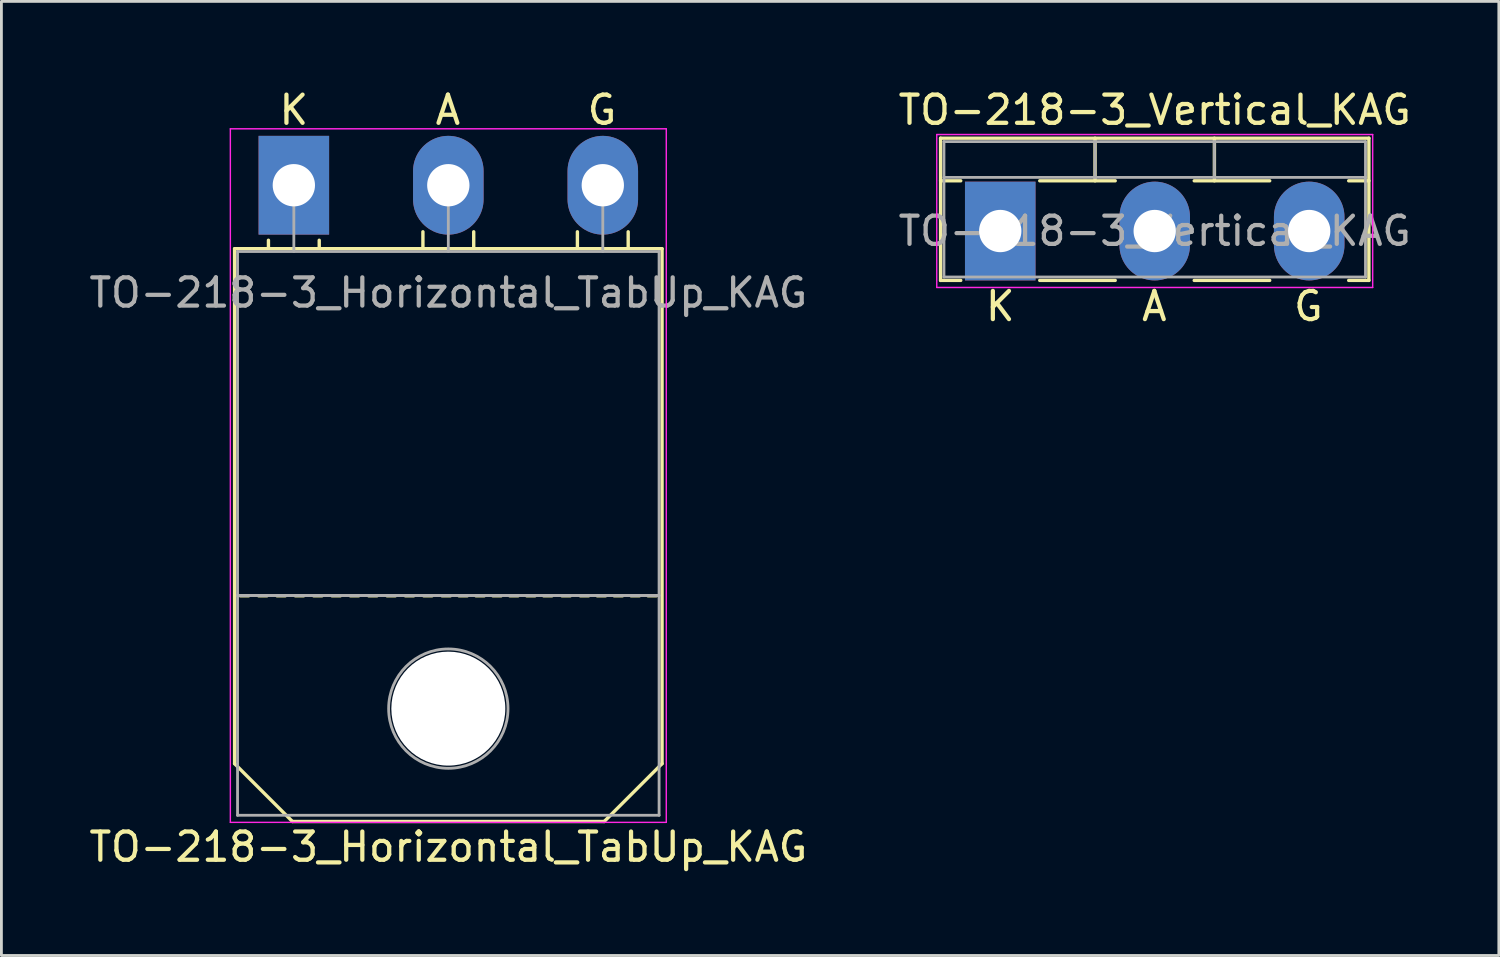
<source format=kicad_pcb>
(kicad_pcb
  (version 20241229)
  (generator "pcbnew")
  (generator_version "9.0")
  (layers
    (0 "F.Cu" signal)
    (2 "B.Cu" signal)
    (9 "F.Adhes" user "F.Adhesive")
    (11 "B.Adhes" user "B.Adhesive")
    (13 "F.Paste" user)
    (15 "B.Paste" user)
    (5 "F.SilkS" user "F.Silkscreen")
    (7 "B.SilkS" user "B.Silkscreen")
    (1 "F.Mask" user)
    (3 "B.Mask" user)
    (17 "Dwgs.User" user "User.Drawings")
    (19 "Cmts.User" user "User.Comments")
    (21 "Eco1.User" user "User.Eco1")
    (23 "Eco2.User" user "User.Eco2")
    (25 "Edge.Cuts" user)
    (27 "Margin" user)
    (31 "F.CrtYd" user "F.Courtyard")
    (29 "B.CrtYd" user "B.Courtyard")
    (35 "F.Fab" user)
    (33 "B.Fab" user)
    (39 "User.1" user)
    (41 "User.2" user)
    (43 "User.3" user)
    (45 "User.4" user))
  (footprint "TO-218-3_Vertical_KAG"
    (layer "F.Cu")
    (at 32.4 5.138)
    (property "Reference" "TO-218-3_Vertical_KAG" (at 5.475 -4.29 0) (layer "F.SilkS") (effects (font (size 1 1) (thickness 0.15))))
    (fp_line (start -2.115 -3.29) (end -2.115 1.75) (stroke (width 0.12) (type solid)) (layer "F.SilkS"))
    (fp_line (start -2.115 -3.29) (end 13.065 -3.29) (stroke (width 0.12) (type solid)) (layer "F.SilkS"))
    (fp_line (start -2.115 -1.78) (end -1.4 -1.78) (stroke (width 0.12) (type solid)) (layer "F.SilkS"))
    (fp_line (start -2.115 1.75) (end -1.4 1.75) (stroke (width 0.12) (type solid)) (layer "F.SilkS"))
    (fp_line (start 1.4 -1.78) (end 4.075 -1.78) (stroke (width 0.12) (type solid)) (layer "F.SilkS"))
    (fp_line (start 1.4 1.75) (end 4.075 1.75) (stroke (width 0.12) (type solid)) (layer "F.SilkS"))
    (fp_line (start 3.36 -3.29) (end 3.36 -1.78) (stroke (width 0.12) (type solid)) (layer "F.SilkS"))
    (fp_line (start 6.875 -1.78) (end 9.55 -1.78) (stroke (width 0.12) (type solid)) (layer "F.SilkS"))
    (fp_line (start 6.875 1.75) (end 9.55 1.75) (stroke (width 0.12) (type solid)) (layer "F.SilkS"))
    (fp_line (start 7.59 -3.29) (end 7.59 -1.78) (stroke (width 0.12) (type solid)) (layer "F.SilkS"))
    (fp_line (start 12.35 -1.78) (end 13.065 -1.78) (stroke (width 0.12) (type solid)) (layer "F.SilkS"))
    (fp_line (start 12.35 1.75) (end 13.065 1.75) (stroke (width 0.12) (type solid)) (layer "F.SilkS"))
    (fp_line (start 13.065 -3.29) (end 13.065 1.75) (stroke (width 0.12) (type solid)) (layer "F.SilkS"))
    (fp_line (start -2.25 -3.42) (end -2.25 2) (stroke (width 0.05) (type solid)) (layer "F.CrtYd"))
    (fp_line (start -2.25 2) (end 13.2 2) (stroke (width 0.05) (type solid)) (layer "F.CrtYd"))
    (fp_line (start 13.2 -3.42) (end -2.25 -3.42) (stroke (width 0.05) (type solid)) (layer "F.CrtYd"))
    (fp_line (start 13.2 2) (end 13.2 -3.42) (stroke (width 0.05) (type solid)) (layer "F.CrtYd"))
    (fp_line (start -1.995 -3.17) (end -1.995 1.63) (stroke (width 0.1) (type solid)) (layer "F.Fab"))
    (fp_line (start -1.995 -1.9) (end 12.945 -1.9) (stroke (width 0.1) (type solid)) (layer "F.Fab"))
    (fp_line (start -1.995 1.63) (end 12.945 1.63) (stroke (width 0.1) (type solid)) (layer "F.Fab"))
    (fp_line (start 3.36 -3.17) (end 3.36 -1.9) (stroke (width 0.1) (type solid)) (layer "F.Fab"))
    (fp_line (start 7.59 -3.17) (end 7.59 -1.9) (stroke (width 0.1) (type solid)) (layer "F.Fab"))
    (fp_line (start 12.945 -3.17) (end -1.995 -3.17) (stroke (width 0.1) (type solid)) (layer "F.Fab"))
    (fp_line (start 12.945 1.63) (end 12.945 -3.17) (stroke (width 0.1) (type solid)) (layer "F.Fab"))
    (fp_text user "K" (at 0 2.667 0) (unlocked yes) (layer "F.SilkS") (effects (font (size 1 1) (thickness 0.15))))
    (fp_text user "A" (at 5.461 2.667 0) (unlocked yes) (layer "F.SilkS") (effects (font (size 1 1) (thickness 0.15))))
    (fp_text user "G" (at 10.922 2.667 0) (unlocked yes) (layer "F.SilkS") (effects (font (size 1 1) (thickness 0.15))))
    (fp_text user "${REFERENCE}" (at 5.475 0 0) (layer "F.Fab") (effects (font (size 1 1) (thickness 0.15))))
    (pad "1" thru_hole rect (at 0 0) (size 2.5 3.5) (drill 1.5) (layers "*.Cu" "*.Mask"))
    (pad "2" thru_hole oval (at 5.475 0) (size 2.5 3.5) (drill 1.5) (layers "*.Cu" "*.Mask"))
    (pad "3" thru_hole oval (at 10.95 0) (size 2.5 3.5) (drill 1.5) (layers "*.Cu" "*.Mask")))
  (footprint "TO-218-3_Horizontal_TabUp_KAG"
    (layer "F.Cu")
    (at 7.364 3.515)
    (property "Reference" "TO-218-3_Horizontal_TabUp_KAG" (at 5.475 23.45 0) (layer "F.SilkS") (effects (font (size 1 1) (thickness 0.15))))
    (fp_line (start -2.1 2.25) (end 13.05 2.25) (stroke (width 0.12) (type solid)) (layer "F.SilkS"))
    (fp_line (start -2.1 20.5) (end -2.1 2.25) (stroke (width 0.12) (type solid)) (layer "F.SilkS"))
    (fp_line (start -2.1 20.5) (end -0.05 22.55) (stroke (width 0.12) (type solid)) (layer "F.SilkS"))
    (fp_line (start -1.6 14.55) (end -1.9 14.55) (stroke (width 0.12) (type solid)) (layer "F.SilkS"))
    (fp_line (start -0.95 14.55) (end -1.25 14.55) (stroke (width 0.12) (type solid)) (layer "F.SilkS"))
    (fp_line (start -0.9 2.2) (end -0.9 1.95) (stroke (width 0.12) (type solid)) (layer "F.SilkS"))
    (fp_line (start -0.3 14.55) (end -0.6 14.55) (stroke (width 0.12) (type solid)) (layer "F.SilkS"))
    (fp_line (start 0.35 14.55) (end 0.05 14.55) (stroke (width 0.12) (type solid)) (layer "F.SilkS"))
    (fp_line (start 0.9 2.2) (end 0.9 1.95) (stroke (width 0.12) (type solid)) (layer "F.SilkS"))
    (fp_line (start 1 14.55) (end 0.7 14.55) (stroke (width 0.12) (type solid)) (layer "F.SilkS"))
    (fp_line (start 1.65 14.55) (end 1.35 14.55) (stroke (width 0.12) (type solid)) (layer "F.SilkS"))
    (fp_line (start 2.3 14.55) (end 2 14.55) (stroke (width 0.12) (type solid)) (layer "F.SilkS"))
    (fp_line (start 2.95 14.55) (end 2.65 14.55) (stroke (width 0.12) (type solid)) (layer "F.SilkS"))
    (fp_line (start 3.6 14.55) (end 3.3 14.55) (stroke (width 0.12) (type solid)) (layer "F.SilkS"))
    (fp_line (start 4.25 14.55) (end 3.95 14.55) (stroke (width 0.12) (type solid)) (layer "F.SilkS"))
    (fp_line (start 4.575 2.2) (end 4.575 1.65) (stroke (width 0.12) (type solid)) (layer "F.SilkS"))
    (fp_line (start 4.9 14.55) (end 4.6 14.55) (stroke (width 0.12) (type solid)) (layer "F.SilkS"))
    (fp_line (start 5.55 14.55) (end 5.25 14.55) (stroke (width 0.12) (type solid)) (layer "F.SilkS"))
    (fp_line (start 6.15 14.55) (end 5.85 14.55) (stroke (width 0.12) (type solid)) (layer "F.SilkS"))
    (fp_line (start 6.375 2.2) (end 6.375 1.65) (stroke (width 0.12) (type solid)) (layer "F.SilkS"))
    (fp_line (start 6.75 14.55) (end 6.45 14.55) (stroke (width 0.12) (type solid)) (layer "F.SilkS"))
    (fp_line (start 7.35 14.55) (end 7.05 14.55) (stroke (width 0.12) (type solid)) (layer "F.SilkS"))
    (fp_line (start 7.95 14.55) (end 7.65 14.55) (stroke (width 0.12) (type solid)) (layer "F.SilkS"))
    (fp_line (start 8.55 14.55) (end 8.25 14.55) (stroke (width 0.12) (type solid)) (layer "F.SilkS"))
    (fp_line (start 9.15 14.55) (end 8.85 14.55) (stroke (width 0.12) (type solid)) (layer "F.SilkS"))
    (fp_line (start 9.8 14.55) (end 9.5 14.55) (stroke (width 0.12) (type solid)) (layer "F.SilkS"))
    (fp_line (start 10.05 2.2) (end 10.05 1.65) (stroke (width 0.12) (type solid)) (layer "F.SilkS"))
    (fp_line (start 10.45 14.55) (end 10.15 14.55) (stroke (width 0.12) (type solid)) (layer "F.SilkS"))
    (fp_line (start 11 22.55) (end -0.05 22.55) (stroke (width 0.12) (type solid)) (layer "F.SilkS"))
    (fp_line (start 11.05 14.55) (end 10.75 14.55) (stroke (width 0.12) (type solid)) (layer "F.SilkS"))
    (fp_line (start 11.65 14.55) (end 11.35 14.55) (stroke (width 0.12) (type solid)) (layer "F.SilkS"))
    (fp_line (start 11.85 2.2) (end 11.85 1.65) (stroke (width 0.12) (type solid)) (layer "F.SilkS"))
    (fp_line (start 12.25 14.55) (end 11.95 14.55) (stroke (width 0.12) (type solid)) (layer "F.SilkS"))
    (fp_line (start 12.85 14.55) (end 12.55 14.55) (stroke (width 0.12) (type solid)) (layer "F.SilkS"))
    (fp_line (start 13.05 2.25) (end 13.05 20.5) (stroke (width 0.12) (type solid)) (layer "F.SilkS"))
    (fp_line (start 13.05 20.5) (end 11 22.55) (stroke (width 0.12) (type solid)) (layer "F.SilkS"))
    (fp_line (start -2.25 -2) (end -2.25 22.58) (stroke (width 0.05) (type solid)) (layer "F.CrtYd"))
    (fp_line (start -2.25 22.58) (end 13.2 22.58) (stroke (width 0.05) (type solid)) (layer "F.CrtYd"))
    (fp_line (start 13.2 -2) (end -2.25 -2) (stroke (width 0.05) (type solid)) (layer "F.CrtYd"))
    (fp_line (start 13.2 22.58) (end 13.2 -2) (stroke (width 0.05) (type solid)) (layer "F.CrtYd"))
    (fp_line (start -1.995 2.35) (end -1.995 14.54) (stroke (width 0.1) (type solid)) (layer "F.Fab"))
    (fp_line (start -1.995 14.54) (end -1.995 22.33) (stroke (width 0.1) (type solid)) (layer "F.Fab"))
    (fp_line (start -1.995 14.54) (end 12.945 14.54) (stroke (width 0.1) (type solid)) (layer "F.Fab"))
    (fp_line (start -1.995 22.33) (end 12.945 22.33) (stroke (width 0.1) (type solid)) (layer "F.Fab"))
    (fp_line (start 0 2.35) (end 0 0) (stroke (width 0.1) (type solid)) (layer "F.Fab"))
    (fp_line (start 5.475 2.35) (end 5.475 0) (stroke (width 0.1) (type solid)) (layer "F.Fab"))
    (fp_line (start 10.95 2.35) (end 10.95 0) (stroke (width 0.1) (type solid)) (layer "F.Fab"))
    (fp_line (start 12.945 2.35) (end -1.995 2.35) (stroke (width 0.1) (type solid)) (layer "F.Fab"))
    (fp_line (start 12.945 14.54) (end -1.995 14.54) (stroke (width 0.1) (type solid)) (layer "F.Fab"))
    (fp_line (start 12.945 14.54) (end 12.945 2.35) (stroke (width 0.1) (type solid)) (layer "F.Fab"))
    (fp_line (start 12.945 22.33) (end 12.945 14.54) (stroke (width 0.1) (type solid)) (layer "F.Fab"))
    (fp_circle (center 5.475 18.55) (end 7.59 18.55) (stroke (width 0.1) (type solid)) (fill no) (layer "F.Fab"))
    (fp_text user "G" (at 10.922 -2.667 0) (unlocked yes) (layer "F.SilkS") (effects (font (size 1 1) (thickness 0.15))))
    (fp_text user "K" (at 0 -2.667 0) (unlocked yes) (layer "F.SilkS") (effects (font (size 1 1) (thickness 0.15))))
    (fp_text user "A" (at 5.461 -2.667 0) (unlocked yes) (layer "F.SilkS") (effects (font (size 1 1) (thickness 0.15))))
    (fp_text user "${REFERENCE}" (at 5.475 3.81 0) (layer "F.Fab") (effects (font (size 1 1) (thickness 0.15))))
    (pad "" np_thru_hole oval (at 5.475 18.55) (size 4.04 4.04) (drill 4.04) (layers "*.Cu" "*.Mask"))
    (pad "1" thru_hole rect (at 0 0) (size 2.5 3.5) (drill 1.5) (layers "*.Cu" "*.Mask"))
    (pad "2" thru_hole oval (at 5.475 0) (size 2.5 3.5) (drill 1.5) (layers "*.Cu" "*.Mask"))
    (pad "3" thru_hole oval (at 10.95 0) (size 2.5 3.5) (drill 1.5) (layers "*.Cu" "*.Mask")))
  (gr_rect
    (start -3 -3)
    (end 50.071 30.814)
    (stroke (width 0.1) (type default))
    (fill no)
    (layer "Edge.Cuts")))
</source>
